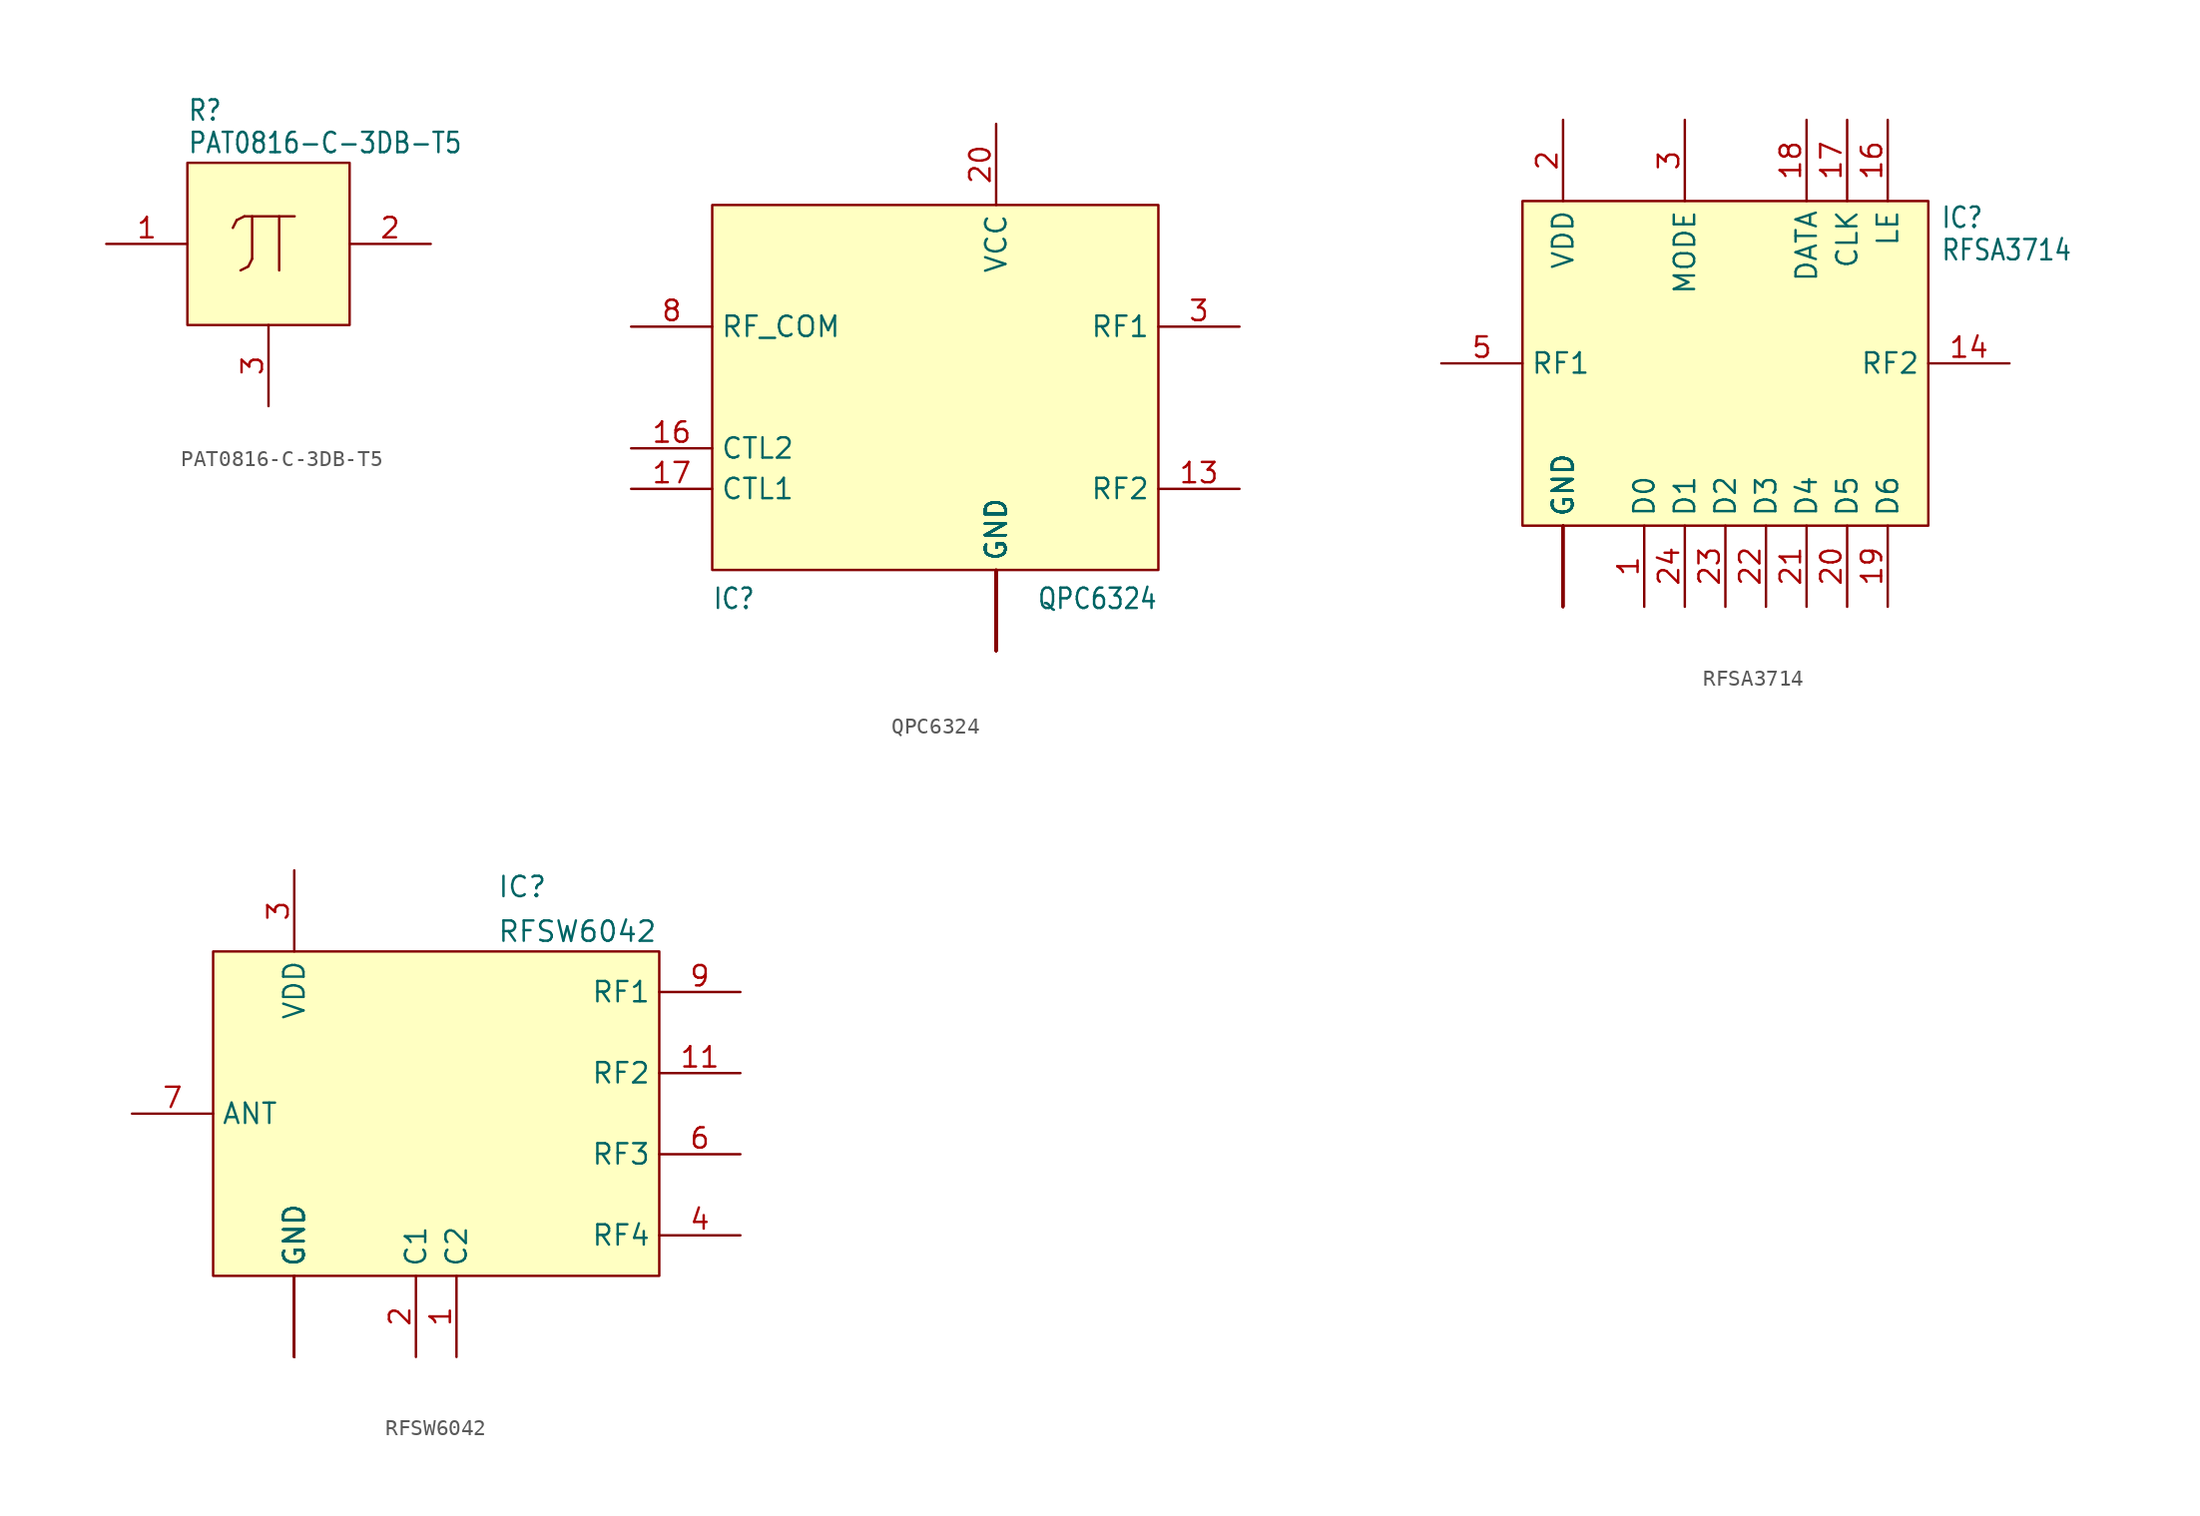
<source format=kicad_sym>
(kicad_symbol_lib
  (version 20231120)
  (generator "kicad_symbol_editor")
  (generator_version "8.0")
  (symbol "PAT0816-C-3DB-T5"
    (property "Reference" "R"
      (at -5.08 7.62 0)
      (effects (font (size 1.27 1.079)) (justify left bottom)))
    (property "Value" "PAT0816-C-3DB-T5"
      (at -5.08 5.588 0)
      (effects (font (size 1.27 1.079)) (justify left bottom)))
    (symbol "PAT0816-C-3DB-T5_1_0"
      (text "π" (at -3.302 -2.286 0) (effects (font (size 5.08 5.08)) (justify left bottom)))
      (pin bidirectional line (at -10.16 0 0) (length 5.08) (name "IN" (effects (font (size 0 0)))) (number "1" (effects (font (size 1.27 1.27)))))
      (pin bidirectional line (at 10.16 0 180) (length 5.08) (name "OUT" (effects (font (size 0 0)))) (number "2" (effects (font (size 1.27 1.27)))))
      (pin power_in line (at 0 -10.16 90) (length 5.08) (name "GND" (effects (font (size 0 0)))) (number "3" (effects (font (size 1.27 1.27))))))
    (symbol "PAT0816-C-3DB-T5_1_1"
      (rectangle (start -5.08 5.08) (end 5.08 -5.08) (stroke (width 0) (type default)) (fill (type background)))))
  (symbol "QPC6324"
    (property "Reference" "IC"
      (at -17.78 -15.24 0)
      (effects (font (size 1.27 1.079)) (justify left bottom)))
    (property "Value" "QPC6324"
      (at 2.54 -15.24 0)
      (effects (font (size 1.27 1.079)) (justify left bottom)))
    (symbol "QPC6324_1_0"
      (pin power_in line (at 0 -17.78 90) (length 5.08) (name "GND" (effects (font (size 1.27 1.27)))) (number "1" (effects (font (size 0 0)))))
      (pin passive line (at 0 -17.78 90) (length 5.08) (name "GND" (effects (font (size 1.27 1.27)))) (number "10" (effects (font (size 0 0)))))
      (pin passive line (at 0 -17.78 90) (length 5.08) (name "GND" (effects (font (size 1.27 1.27)))) (number "11" (effects (font (size 0 0)))))
      (pin passive line (at 0 -17.78 90) (length 5.08) (name "GND" (effects (font (size 1.27 1.27)))) (number "12" (effects (font (size 0 0)))))
      (pin bidirectional line (at 15.24 -7.62 180) (length 5.08) (name "RF2" (effects (font (size 1.27 1.27)))) (number "13" (effects (font (size 1.27 1.27)))))
      (pin passive line (at 0 -17.78 90) (length 5.08) (name "GND" (effects (font (size 1.27 1.27)))) (number "14" (effects (font (size 0 0)))))
      (pin passive line (at 0 -17.78 90) (length 5.08) (name "GND" (effects (font (size 1.27 1.27)))) (number "15" (effects (font (size 0 0)))))
      (pin input line (at -22.86 -5.08 0) (length 5.08) (name "CTL2" (effects (font (size 1.27 1.27)))) (number "16" (effects (font (size 1.27 1.27)))))
      (pin input line (at -22.86 -7.62 0) (length 5.08) (name "CTL1" (effects (font (size 1.27 1.27)))) (number "17" (effects (font (size 1.27 1.27)))))
      (pin passive line (at 0 -17.78 90) (length 5.08) (name "GND" (effects (font (size 1.27 1.27)))) (number "18" (effects (font (size 0 0)))))
      (pin passive line (at 0 -17.78 90) (length 5.08) (name "GND" (effects (font (size 1.27 1.27)))) (number "19" (effects (font (size 0 0)))))
      (pin passive line (at 0 -17.78 90) (length 5.08) (name "GND" (effects (font (size 1.27 1.27)))) (number "2" (effects (font (size 0 0)))))
      (pin power_in line (at 0 15.24 270) (length 5.08) (name "VCC" (effects (font (size 1.27 1.27)))) (number "20" (effects (font (size 1.27 1.27)))))
      (pin passive line (at 0 -17.78 90) (length 5.08) (name "GND" (effects (font (size 1.27 1.27)))) (number "21" (effects (font (size 0 0)))))
      (pin bidirectional line (at 15.24 2.54 180) (length 5.08) (name "RF1" (effects (font (size 1.27 1.27)))) (number "3" (effects (font (size 1.27 1.27)))))
      (pin passive line (at 0 -17.78 90) (length 5.08) (name "GND" (effects (font (size 1.27 1.27)))) (number "4" (effects (font (size 0 0)))))
      (pin passive line (at 0 -17.78 90) (length 5.08) (name "GND" (effects (font (size 1.27 1.27)))) (number "5" (effects (font (size 0 0)))))
      (pin passive line (at 0 -17.78 90) (length 5.08) (name "GND" (effects (font (size 1.27 1.27)))) (number "6" (effects (font (size 0 0)))))
      (pin passive line (at 0 -17.78 90) (length 5.08) (name "GND" (effects (font (size 1.27 1.27)))) (number "7" (effects (font (size 0 0)))))
      (pin bidirectional line (at -22.86 2.54 0) (length 5.08) (name "RF_COM" (effects (font (size 1.27 1.27)))) (number "8" (effects (font (size 1.27 1.27)))))
      (pin passive line (at 0 -17.78 90) (length 5.08) (name "GND" (effects (font (size 1.27 1.27)))) (number "9" (effects (font (size 0 0))))))
    (symbol "QPC6324_1_1"
      (rectangle (start -17.78 10.16) (end 10.16 -12.7) (stroke (width 0) (type default)) (fill (type background)))))
  (symbol "RFSA3714"
    (property "Reference" "IC"
      (at 18.542 8.382 0)
      (effects (font (size 1.27 1.079)) (justify left bottom)))
    (property "Value" "RFSA3714"
      (at 18.542 6.35 0)
      (effects (font (size 1.27 1.079)) (justify left bottom)))
    (symbol "RFSA3714_1_0"
      (pin bidirectional line (at 0 -15.24 90) (length 5.08) (name "D0" (effects (font (size 1.27 1.27)))) (number "1" (effects (font (size 1.27 1.27)))))
      (pin passive line (at -5.08 -15.24 90) (length 5.08) (name "GND" (effects (font (size 1.27 1.27)))) (number "10" (effects (font (size 0 0)))))
      (pin passive line (at -5.08 -15.24 90) (length 5.08) (name "GND" (effects (font (size 1.27 1.27)))) (number "11" (effects (font (size 0 0)))))
      (pin passive line (at -5.08 -15.24 90) (length 5.08) (name "GND" (effects (font (size 1.27 1.27)))) (number "12" (effects (font (size 0 0)))))
      (pin passive line (at -5.08 -15.24 90) (length 5.08) (name "GND" (effects (font (size 1.27 1.27)))) (number "13" (effects (font (size 0 0)))))
      (pin bidirectional line (at 22.86 0 180) (length 5.08) (name "RF2" (effects (font (size 1.27 1.27)))) (number "14" (effects (font (size 1.27 1.27)))))
      (pin passive line (at -5.08 -15.24 90) (length 5.08) (name "GND" (effects (font (size 1.27 1.27)))) (number "15" (effects (font (size 0 0)))))
      (pin input line (at 15.24 15.24 270) (length 5.08) (name "LE" (effects (font (size 1.27 1.27)))) (number "16" (effects (font (size 1.27 1.27)))))
      (pin bidirectional line (at 12.7 15.24 270) (length 5.08) (name "CLK" (effects (font (size 1.27 1.27)))) (number "17" (effects (font (size 1.27 1.27)))))
      (pin bidirectional line (at 10.16 15.24 270) (length 5.08) (name "DATA" (effects (font (size 1.27 1.27)))) (number "18" (effects (font (size 1.27 1.27)))))
      (pin bidirectional line (at 15.24 -15.24 90) (length 5.08) (name "D6" (effects (font (size 1.27 1.27)))) (number "19" (effects (font (size 1.27 1.27)))))
      (pin power_in line (at -5.08 15.24 270) (length 5.08) (name "VDD" (effects (font (size 1.27 1.27)))) (number "2" (effects (font (size 1.27 1.27)))))
      (pin bidirectional line (at 12.7 -15.24 90) (length 5.08) (name "D5" (effects (font (size 1.27 1.27)))) (number "20" (effects (font (size 1.27 1.27)))))
      (pin bidirectional line (at 10.16 -15.24 90) (length 5.08) (name "D4" (effects (font (size 1.27 1.27)))) (number "21" (effects (font (size 1.27 1.27)))))
      (pin bidirectional line (at 7.62 -15.24 90) (length 5.08) (name "D3" (effects (font (size 1.27 1.27)))) (number "22" (effects (font (size 1.27 1.27)))))
      (pin bidirectional line (at 5.08 -15.24 90) (length 5.08) (name "D2" (effects (font (size 1.27 1.27)))) (number "23" (effects (font (size 1.27 1.27)))))
      (pin bidirectional line (at 2.54 -15.24 90) (length 5.08) (name "D1" (effects (font (size 1.27 1.27)))) (number "24" (effects (font (size 1.27 1.27)))))
      (pin passive line (at -5.08 -15.24 90) (length 5.08) (name "GND" (effects (font (size 1.27 1.27)))) (number "25" (effects (font (size 0 0)))))
      (pin input line (at 2.54 15.24 270) (length 5.08) (name "MODE" (effects (font (size 1.27 1.27)))) (number "3" (effects (font (size 1.27 1.27)))))
      (pin power_in line (at -5.08 -15.24 90) (length 5.08) (name "GND" (effects (font (size 1.27 1.27)))) (number "4" (effects (font (size 0 0)))))
      (pin bidirectional line (at -12.7 0 0) (length 5.08) (name "RF1" (effects (font (size 1.27 1.27)))) (number "5" (effects (font (size 1.27 1.27)))))
      (pin passive line (at -5.08 -15.24 90) (length 5.08) (name "GND" (effects (font (size 1.27 1.27)))) (number "6" (effects (font (size 0 0)))))
      (pin passive line (at -5.08 -15.24 90) (length 5.08) (name "GND" (effects (font (size 1.27 1.27)))) (number "7" (effects (font (size 0 0)))))
      (pin passive line (at -5.08 -15.24 90) (length 5.08) (name "GND" (effects (font (size 1.27 1.27)))) (number "8" (effects (font (size 0 0)))))
      (pin passive line (at -5.08 -15.24 90) (length 5.08) (name "GND" (effects (font (size 1.27 1.27)))) (number "9" (effects (font (size 0 0))))))
    (symbol "RFSA3714_1_1"
      (rectangle (start -7.62 10.16) (end 17.78 -10.16) (stroke (width 0) (type default)) (fill (type background)))))
  (symbol "RFSW6042"
    (property "Reference" "IC"
      (at 7.62 13.462 0)
      (effects (font (size 1.27 1.27)) (justify left bottom)))
    (property "Value" "RFSW6042"
      (at 7.62 10.668 0)
      (effects (font (size 1.27 1.27)) (justify left bottom)))
    (symbol "RFSW6042_1_0"
      (pin bidirectional line (at 5.08 -15.24 90) (length 5.08) (name "C2" (effects (font (size 1.27 1.27)))) (number "1" (effects (font (size 1.27 1.27)))))
      (pin passive line (at -5.08 -15.24 90) (length 5.08) (name "GND" (effects (font (size 1.27 1.27)))) (number "10" (effects (font (size 0 0)))))
      (pin bidirectional line (at 22.86 2.54 180) (length 5.08) (name "RF2" (effects (font (size 1.27 1.27)))) (number "11" (effects (font (size 1.27 1.27)))))
      (pin passive line (at -5.08 -15.24 90) (length 5.08) (name "GND" (effects (font (size 1.27 1.27)))) (number "12" (effects (font (size 0 0)))))
      (pin passive line (at -5.08 -15.24 90) (length 5.08) (name "GND" (effects (font (size 1.27 1.27)))) (number "13" (effects (font (size 0 0)))))
      (pin bidirectional line (at 2.54 -15.24 90) (length 5.08) (name "C1" (effects (font (size 1.27 1.27)))) (number "2" (effects (font (size 1.27 1.27)))))
      (pin power_in line (at -5.08 15.24 270) (length 5.08) (name "VDD" (effects (font (size 1.27 1.27)))) (number "3" (effects (font (size 1.27 1.27)))))
      (pin bidirectional line (at 22.86 -7.62 180) (length 5.08) (name "RF4" (effects (font (size 1.27 1.27)))) (number "4" (effects (font (size 1.27 1.27)))))
      (pin power_in line (at -5.08 -15.24 90) (length 5.08) (name "GND" (effects (font (size 1.27 1.27)))) (number "5" (effects (font (size 0 0)))))
      (pin bidirectional line (at 22.86 -2.54 180) (length 5.08) (name "RF3" (effects (font (size 1.27 1.27)))) (number "6" (effects (font (size 1.27 1.27)))))
      (pin bidirectional line (at -15.24 0 0) (length 5.08) (name "ANT" (effects (font (size 1.27 1.27)))) (number "7" (effects (font (size 1.27 1.27)))))
      (pin passive line (at -5.08 -15.24 90) (length 5.08) (name "GND" (effects (font (size 1.27 1.27)))) (number "8" (effects (font (size 0 0)))))
      (pin bidirectional line (at 22.86 7.62 180) (length 5.08) (name "RF1" (effects (font (size 1.27 1.27)))) (number "9" (effects (font (size 1.27 1.27))))))
    (symbol "RFSW6042_1_1"
      (rectangle (start -10.16 10.16) (end 17.78 -10.16) (stroke (width 0) (type default)) (fill (type background))))))
</source>
